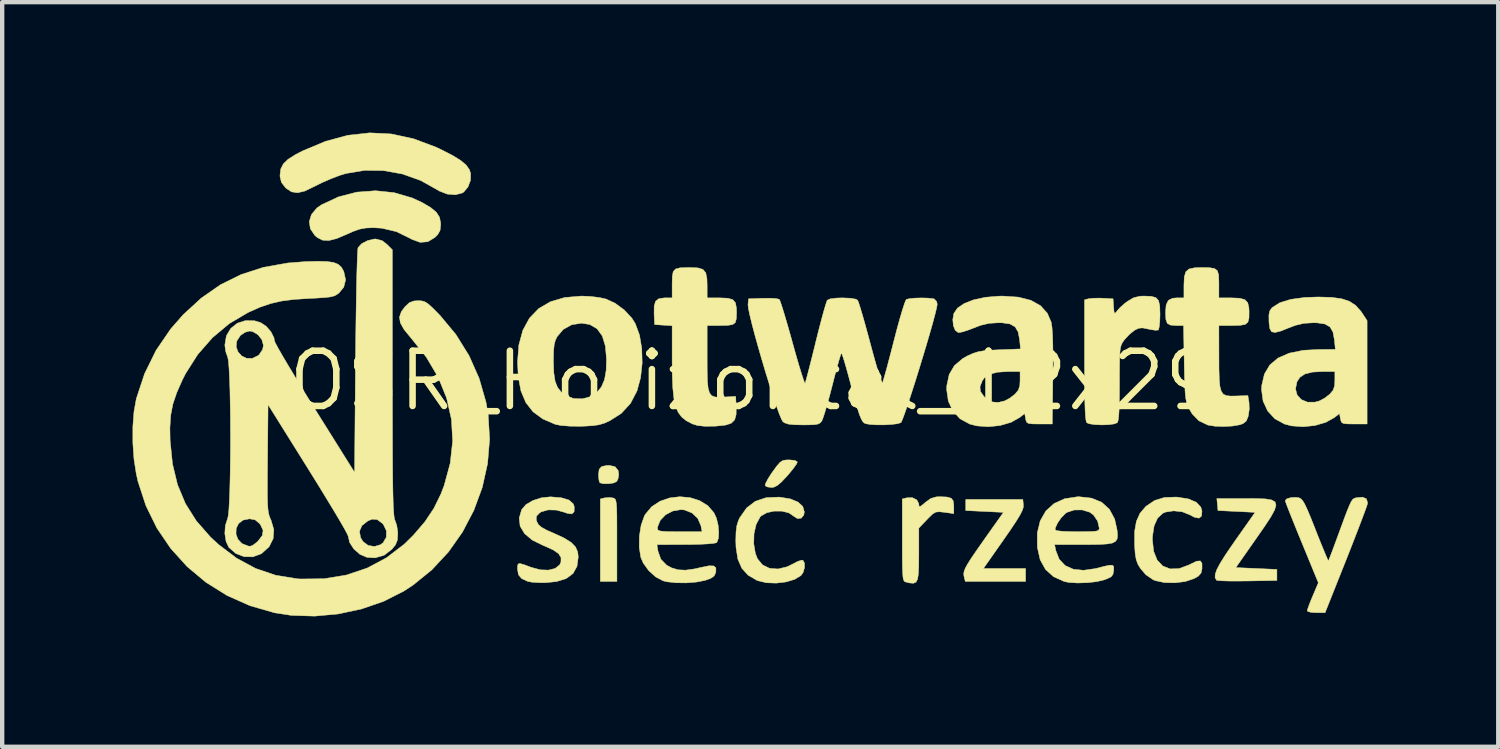
<source format=kicad_pcb>
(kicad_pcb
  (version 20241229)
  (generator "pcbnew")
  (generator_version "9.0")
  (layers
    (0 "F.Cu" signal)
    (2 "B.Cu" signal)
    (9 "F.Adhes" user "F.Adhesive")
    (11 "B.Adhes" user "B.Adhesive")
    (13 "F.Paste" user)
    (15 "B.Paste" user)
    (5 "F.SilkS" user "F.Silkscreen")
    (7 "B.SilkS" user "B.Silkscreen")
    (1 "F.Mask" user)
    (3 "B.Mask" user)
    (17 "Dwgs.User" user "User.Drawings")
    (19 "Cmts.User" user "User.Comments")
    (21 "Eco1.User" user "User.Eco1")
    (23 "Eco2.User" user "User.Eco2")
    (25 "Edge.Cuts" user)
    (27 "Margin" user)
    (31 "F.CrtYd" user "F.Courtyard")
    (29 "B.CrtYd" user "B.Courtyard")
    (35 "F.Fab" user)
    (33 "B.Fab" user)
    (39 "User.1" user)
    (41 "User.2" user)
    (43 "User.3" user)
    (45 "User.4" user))
  (footprint "OSR_Horizontal_12x29"
    (layer "F.Cu")
    (at 14.269 5.705)
    (property "Reference" "OSR_Horizontal_12x29" (at 0 0 0) (layer "F.SilkS") (effects (font (size 1.27 1.27) (thickness 0.15))))
    (attr through_hole)
    (fp_poly (pts (xy -3.227 2.695) (xy -3.196 2.704) (xy -3.173 2.723) (xy -3.157 2.761) (xy -3.145 2.829) (xy -3.138 2.938) (xy -3.134 3.098) (xy -3.133 3.319) (xy -3.133 3.613) (xy -3.133 3.667) (xy -3.133 4.614) (xy -3.514 4.614) (xy -3.514 2.719) (xy -3.417 2.694) (xy -3.296 2.685) (xy -3.227 2.695)) (stroke (width 0.01) (type solid)) (fill yes) (layer "F.SilkS"))
    (fp_poly (pts (xy -3.175 1.977) (xy -3.104 2.065) (xy -3.09 2.159) (xy -3.109 2.262) (xy -3.141 2.32) (xy -3.213 2.352) (xy -3.326 2.369) (xy -3.442 2.368) (xy -3.521 2.348) (xy -3.528 2.342) (xy -3.546 2.285) (xy -3.556 2.18) (xy -3.556 2.156) (xy -3.541 2.037) (xy -3.483 1.973) (xy -3.367 1.949) (xy -3.307 1.947) (xy -3.175 1.977)) (stroke (width 0.01) (type solid)) (fill yes) (layer "F.SilkS"))
    (fp_poly (pts (xy 0.96 1.832) (xy 1.014 1.865) (xy 1.016 1.873) (xy 0.989 1.927) (xy 0.918 2.025) (xy 0.817 2.149) (xy 0.78 2.191) (xy 0.649 2.33) (xy 0.551 2.412) (xy 0.471 2.45) (xy 0.422 2.455) (xy 0.326 2.442) (xy 0.275 2.413) (xy 0.286 2.362) (xy 0.338 2.262) (xy 0.42 2.132) (xy 0.446 2.096) (xy 0.546 1.959) (xy 0.618 1.877) (xy 0.681 1.836) (xy 0.756 1.822) (xy 0.829 1.82) (xy 0.96 1.832)) (stroke (width 0.01) (type solid)) (fill yes) (layer "F.SilkS"))
    (fp_poly (pts (xy 6.214 2.859) (xy 6.211 2.917) (xy 6.185 2.992) (xy 6.132 3.095) (xy 6.046 3.235) (xy 5.92 3.424) (xy 5.761 3.653) (xy 5.295 4.318) (xy 6.265 4.318) (xy 6.265 4.614) (xy 4.878 4.614) (xy 4.851 4.508) (xy 4.842 4.453) (xy 4.848 4.395) (xy 4.874 4.322) (xy 4.925 4.225) (xy 5.008 4.093) (xy 5.128 3.916) (xy 5.29 3.685) (xy 5.351 3.598) (xy 5.756 3.027) (xy 5.323 3.006) (xy 4.889 2.985) (xy 4.889 2.731) (xy 6.202 2.731) (xy 6.214 2.859)) (stroke (width 0.01) (type solid)) (fill yes) (layer "F.SilkS"))
    (fp_poly (pts (xy 11.584 2.71) (xy 11.783 2.718) (xy 11.921 2.741) (xy 12.001 2.786) (xy 12.023 2.862) (xy 11.99 2.975) (xy 11.903 3.133) (xy 11.764 3.345) (xy 11.575 3.617) (xy 11.541 3.666) (xy 11.099 4.297) (xy 11.572 4.318) (xy 12.044 4.339) (xy 12.044 4.593) (xy 11.364 4.605) (xy 11.132 4.607) (xy 10.93 4.606) (xy 10.774 4.601) (xy 10.678 4.593) (xy 10.655 4.587) (xy 10.623 4.531) (xy 10.625 4.451) (xy 10.664 4.34) (xy 10.744 4.19) (xy 10.869 3.991) (xy 11.043 3.737) (xy 11.084 3.678) (xy 11.543 3.027) (xy 11.116 3.006) (xy 10.689 2.985) (xy 10.676 2.847) (xy 10.663 2.709) (xy 11.323 2.709) (xy 11.584 2.71)) (stroke (width 0.01) (type solid)) (fill yes) (layer "F.SilkS"))
    (fp_poly (pts (xy -8.256 -4.325) (xy -7.842 -4.204) (xy -7.613 -4.099) (xy -7.414 -3.981) (xy -7.284 -3.873) (xy -7.212 -3.759) (xy -7.186 -3.626) (xy -7.185 -3.592) (xy -7.199 -3.458) (xy -7.254 -3.359) (xy -7.319 -3.294) (xy -7.482 -3.196) (xy -7.658 -3.182) (xy -7.847 -3.251) (xy -7.874 -3.267) (xy -8.202 -3.428) (xy -8.54 -3.508) (xy -8.735 -3.519) (xy -8.906 -3.512) (xy -9.049 -3.486) (xy -9.201 -3.432) (xy -9.345 -3.368) (xy -9.577 -3.269) (xy -9.757 -3.224) (xy -9.9 -3.232) (xy -10.021 -3.291) (xy -10.079 -3.341) (xy -10.182 -3.494) (xy -10.207 -3.659) (xy -10.157 -3.822) (xy -10.034 -3.97) (xy -9.928 -4.045) (xy -9.533 -4.229) (xy -9.115 -4.337) (xy -8.684 -4.369) (xy -8.256 -4.325)) (stroke (width 0.01) (type solid)) (fill yes) (layer "F.SilkS"))
    (fp_poly (pts (xy 4.458 2.674) (xy 4.555 2.702) (xy 4.601 2.763) (xy 4.614 2.868) (xy 4.614 2.887) (xy 4.614 3.056) (xy 4.4 3.026) (xy 4.281 3.013) (xy 4.201 3.021) (xy 4.13 3.062) (xy 4.04 3.148) (xy 3.997 3.193) (xy 3.81 3.388) (xy 3.81 3.997) (xy 3.808 4.256) (xy 3.8 4.441) (xy 3.781 4.563) (xy 3.745 4.632) (xy 3.687 4.657) (xy 3.602 4.651) (xy 3.503 4.627) (xy 3.479 4.615) (xy 3.461 4.585) (xy 3.447 4.528) (xy 3.439 4.432) (xy 3.433 4.287) (xy 3.43 4.083) (xy 3.429 3.81) (xy 3.429 3.663) (xy 3.429 2.719) (xy 3.536 2.692) (xy 3.662 2.689) (xy 3.762 2.739) (xy 3.809 2.826) (xy 3.81 2.842) (xy 3.816 2.89) (xy 3.844 2.891) (xy 3.91 2.842) (xy 3.96 2.798) (xy 4.084 2.708) (xy 4.21 2.671) (xy 4.295 2.667) (xy 4.458 2.674)) (stroke (width 0.01) (type solid)) (fill yes) (layer "F.SilkS"))
    (fp_poly (pts (xy -8.315 -5.674) (xy -7.811 -5.565) (xy -7.3 -5.374) (xy -7.17 -5.313) (xy -6.913 -5.181) (xy -6.726 -5.066) (xy -6.601 -4.961) (xy -6.526 -4.857) (xy -6.496 -4.765) (xy -6.5 -4.608) (xy -6.558 -4.455) (xy -6.654 -4.34) (xy -6.686 -4.319) (xy -6.848 -4.276) (xy -7.035 -4.292) (xy -7.218 -4.363) (xy -7.255 -4.386) (xy -7.645 -4.604) (xy -8.064 -4.754) (xy -8.499 -4.832) (xy -8.935 -4.837) (xy -9.357 -4.767) (xy -9.501 -4.724) (xy -9.703 -4.647) (xy -9.915 -4.555) (xy -10.092 -4.467) (xy -10.098 -4.464) (xy -10.309 -4.362) (xy -10.477 -4.322) (xy -10.616 -4.344) (xy -10.74 -4.426) (xy -10.756 -4.442) (xy -10.847 -4.56) (xy -10.879 -4.692) (xy -10.88 -4.732) (xy -10.863 -4.869) (xy -10.805 -4.985) (xy -10.695 -5.092) (xy -10.521 -5.202) (xy -10.362 -5.284) (xy -9.835 -5.505) (xy -9.321 -5.644) (xy -8.816 -5.7) (xy -8.315 -5.674)) (stroke (width 0.01) (type solid)) (fill yes) (layer "F.SilkS"))
    (fp_poly (pts (xy 0.615 2.678) (xy 0.854 2.717) (xy 1.031 2.79) (xy 1.141 2.891) (xy 1.177 3.016) (xy 1.164 3.09) (xy 1.107 3.159) (xy 1.019 3.17) (xy 0.937 3.118) (xy 0.822 3.039) (xy 0.661 2.999) (xy 0.482 2.998) (xy 0.313 3.035) (xy 0.183 3.109) (xy 0.159 3.135) (xy 0.069 3.303) (xy 0.02 3.517) (xy 0.014 3.75) (xy 0.051 3.971) (xy 0.1 4.095) (xy 0.216 4.235) (xy 0.378 4.314) (xy 0.571 4.329) (xy 0.782 4.278) (xy 0.908 4.216) (xy 1.024 4.156) (xy 1.113 4.127) (xy 1.144 4.128) (xy 1.181 4.195) (xy 1.181 4.3) (xy 1.148 4.411) (xy 1.1 4.479) (xy 0.954 4.568) (xy 0.756 4.627) (xy 0.531 4.654) (xy 0.306 4.646) (xy 0.11 4.599) (xy 0.086 4.59) (xy -0.117 4.471) (xy -0.261 4.312) (xy -0.352 4.102) (xy -0.394 3.833) (xy -0.399 3.683) (xy -0.394 3.479) (xy -0.375 3.332) (xy -0.338 3.214) (xy -0.307 3.149) (xy -0.149 2.924) (xy 0.052 2.771) (xy 0.299 2.689) (xy 0.594 2.676) (xy 0.615 2.678)) (stroke (width 0.01) (type solid)) (fill yes) (layer "F.SilkS"))
    (fp_poly (pts (xy 9.762 2.678) (xy 10.014 2.719) (xy 10.192 2.796) (xy 10.295 2.907) (xy 10.321 2.997) (xy 10.311 3.113) (xy 10.252 3.16) (xy 10.144 3.138) (xy 10.049 3.087) (xy 9.871 3.015) (xy 9.671 2.992) (xy 9.485 3.02) (xy 9.421 3.047) (xy 9.3 3.159) (xy 9.22 3.338) (xy 9.183 3.578) (xy 9.181 3.66) (xy 9.21 3.923) (xy 9.291 4.125) (xy 9.42 4.261) (xy 9.589 4.327) (xy 9.791 4.321) (xy 10.021 4.236) (xy 10.058 4.217) (xy 10.198 4.15) (xy 10.282 4.143) (xy 10.321 4.198) (xy 10.322 4.32) (xy 10.322 4.323) (xy 10.299 4.423) (xy 10.238 4.493) (xy 10.139 4.55) (xy 9.938 4.617) (xy 9.701 4.647) (xy 9.462 4.642) (xy 9.253 4.598) (xy 9.2 4.577) (xy 9.03 4.461) (xy 8.906 4.317) (xy 8.846 4.217) (xy 8.809 4.115) (xy 8.786 3.986) (xy 8.773 3.803) (xy 8.771 3.762) (xy 8.772 3.466) (xy 8.813 3.233) (xy 8.896 3.048) (xy 9.026 2.895) (xy 9.037 2.885) (xy 9.233 2.753) (xy 9.456 2.685) (xy 9.725 2.675) (xy 9.762 2.678)) (stroke (width 0.01) (type solid)) (fill yes) (layer "F.SilkS"))
    (fp_poly (pts (xy 14.103 2.716) (xy 14.129 2.803) (xy 14.126 2.831) (xy 14.105 2.898) (xy 14.056 3.032) (xy 13.984 3.224) (xy 13.893 3.462) (xy 13.787 3.735) (xy 13.67 4.033) (xy 13.628 4.139) (xy 13.152 5.334) (xy 12.947 5.334) (xy 12.826 5.326) (xy 12.753 5.304) (xy 12.742 5.289) (xy 12.758 5.231) (xy 12.799 5.118) (xy 12.858 4.973) (xy 12.87 4.945) (xy 12.997 4.646) (xy 12.616 3.72) (xy 12.508 3.457) (xy 12.413 3.221) (xy 12.333 3.021) (xy 12.274 2.87) (xy 12.241 2.778) (xy 12.234 2.756) (xy 12.271 2.716) (xy 12.361 2.689) (xy 12.473 2.681) (xy 12.55 2.691) (xy 12.591 2.71) (xy 12.633 2.753) (xy 12.68 2.829) (xy 12.738 2.951) (xy 12.813 3.128) (xy 12.91 3.371) (xy 12.935 3.436) (xy 13.025 3.663) (xy 13.105 3.859) (xy 13.168 4.012) (xy 13.211 4.11) (xy 13.229 4.141) (xy 13.247 4.098) (xy 13.288 3.992) (xy 13.346 3.839) (xy 13.411 3.662) (xy 13.52 3.365) (xy 13.604 3.137) (xy 13.668 2.97) (xy 13.717 2.853) (xy 13.754 2.777) (xy 13.785 2.732) (xy 13.814 2.709) (xy 13.845 2.697) (xy 13.869 2.691) (xy 14.013 2.677) (xy 14.103 2.716)) (stroke (width 0.01) (type solid)) (fill yes) (layer "F.SilkS"))
    (fp_poly (pts (xy -4.658 2.67) (xy -4.408 2.691) (xy -4.233 2.745) (xy -4.135 2.833) (xy -4.114 2.898) (xy -4.117 3.013) (xy -4.168 3.063) (xy -4.272 3.05) (xy -4.33 3.028) (xy -4.526 2.974) (xy -4.716 2.97) (xy -4.873 3.015) (xy -4.916 3.044) (xy -4.983 3.115) (xy -4.988 3.191) (xy -4.973 3.243) (xy -4.936 3.311) (xy -4.866 3.371) (xy -4.748 3.436) (xy -4.593 3.504) (xy -4.355 3.613) (xy -4.189 3.715) (xy -4.086 3.82) (xy -4.034 3.938) (xy -4.022 4.053) (xy -4.051 4.269) (xy -4.142 4.433) (xy -4.298 4.549) (xy -4.521 4.618) (xy -4.763 4.643) (xy -4.932 4.643) (xy -5.083 4.633) (xy -5.178 4.616) (xy -5.322 4.551) (xy -5.397 4.462) (xy -5.419 4.33) (xy -5.419 4.329) (xy -5.417 4.251) (xy -5.401 4.211) (xy -5.355 4.205) (xy -5.263 4.232) (xy -5.107 4.29) (xy -5.101 4.292) (xy -4.894 4.348) (xy -4.706 4.355) (xy -4.552 4.316) (xy -4.45 4.235) (xy -4.42 4.17) (xy -4.418 4.067) (xy -4.473 3.977) (xy -4.595 3.892) (xy -4.79 3.803) (xy -4.829 3.788) (xy -5.079 3.664) (xy -5.257 3.515) (xy -5.358 3.345) (xy -5.38 3.159) (xy -5.323 2.963) (xy -5.225 2.849) (xy -5.066 2.755) (xy -4.87 2.692) (xy -4.661 2.67) (xy -4.658 2.67)) (stroke (width 0.01) (type solid)) (fill yes) (layer "F.SilkS"))
    (fp_poly (pts (xy -1.272 -2.595) (xy -1.155 -2.56) (xy -1.09 -2.483) (xy -1.063 -2.349) (xy -1.058 -2.196) (xy -1.058 -1.905) (xy -0.763 -1.905) (xy -0.581 -1.897) (xy -0.468 -1.864) (xy -0.407 -1.793) (xy -0.384 -1.669) (xy -0.381 -1.573) (xy -0.386 -1.427) (xy -0.411 -1.337) (xy -0.473 -1.291) (xy -0.588 -1.273) (xy -0.745 -1.27) (xy -1.058 -1.27) (xy -1.058 -0.515) (xy -1.057 -0.215) (xy -1.051 0.011) (xy -1.035 0.172) (xy -1.004 0.279) (xy -0.954 0.343) (xy -0.88 0.373) (xy -0.777 0.38) (xy -0.649 0.374) (xy -0.402 0.36) (xy -0.39 0.596) (xy -0.391 0.776) (xy -0.425 0.9) (xy -0.505 0.978) (xy -0.642 1.022) (xy -0.848 1.043) (xy -0.893 1.045) (xy -1.117 1.047) (xy -1.278 1.03) (xy -1.397 0.993) (xy -1.534 0.922) (xy -1.641 0.837) (xy -1.723 0.729) (xy -1.783 0.588) (xy -1.823 0.402) (xy -1.848 0.162) (xy -1.86 -0.143) (xy -1.863 -0.471) (xy -1.863 -1.265) (xy -2.064 -1.278) (xy -2.265 -1.291) (xy -2.278 -1.538) (xy -2.276 -1.718) (xy -2.243 -1.829) (xy -2.168 -1.887) (xy -2.043 -1.905) (xy -2.027 -1.905) (xy -1.863 -1.905) (xy -1.863 -2.224) (xy -1.859 -2.398) (xy -1.839 -2.508) (xy -1.785 -2.569) (xy -1.682 -2.596) (xy -1.515 -2.602) (xy -1.456 -2.603) (xy -1.272 -2.595)) (stroke (width 0.01) (type solid)) (fill yes) (layer "F.SilkS"))
    (fp_poly (pts (xy 9.153 -1.941) (xy 9.262 -1.911) (xy 9.323 -1.843) (xy 9.35 -1.721) (xy 9.356 -1.531) (xy 9.356 -1.525) (xy 9.351 -1.365) (xy 9.338 -1.239) (xy 9.32 -1.171) (xy 9.316 -1.166) (xy 9.253 -1.16) (xy 9.143 -1.176) (xy 9.084 -1.189) (xy 8.955 -1.215) (xy 8.865 -1.207) (xy 8.775 -1.163) (xy 8.764 -1.156) (xy 8.653 -1.067) (xy 8.545 -0.951) (xy 8.53 -0.932) (xy 8.494 -0.881) (xy 8.468 -0.83) (xy 8.449 -0.768) (xy 8.436 -0.68) (xy 8.429 -0.555) (xy 8.426 -0.379) (xy 8.424 -0.14) (xy 8.424 0.063) (xy 8.422 0.389) (xy 8.417 0.636) (xy 8.407 0.811) (xy 8.392 0.919) (xy 8.374 0.965) (xy 8.303 0.993) (xy 8.17 1.011) (xy 8.022 1.016) (xy 7.851 1.009) (xy 7.726 0.989) (xy 7.671 0.965) (xy 7.656 0.925) (xy 7.644 0.835) (xy 7.634 0.687) (xy 7.627 0.478) (xy 7.623 0.2) (xy 7.621 -0.152) (xy 7.62 -0.473) (xy 7.62 -1.861) (xy 7.718 -1.886) (xy 7.815 -1.897) (xy 7.958 -1.9) (xy 8.046 -1.897) (xy 8.276 -1.884) (xy 8.289 -1.698) (xy 8.299 -1.586) (xy 8.314 -1.548) (xy 8.343 -1.571) (xy 8.368 -1.606) (xy 8.442 -1.687) (xy 8.552 -1.784) (xy 8.605 -1.823) (xy 8.75 -1.909) (xy 8.897 -1.944) (xy 8.984 -1.947) (xy 9.153 -1.941)) (stroke (width 0.01) (type solid)) (fill yes) (layer "F.SilkS"))
    (fp_poly (pts (xy -3.741 -1.938) (xy -3.542 -1.914) (xy -3.39 -1.881) (xy -3.174 -1.782) (xy -2.964 -1.627) (xy -2.789 -1.439) (xy -2.71 -1.313) (xy -2.613 -1.05) (xy -2.561 -0.738) (xy -2.552 -0.404) (xy -2.588 -0.072) (xy -2.67 0.232) (xy -2.671 0.234) (xy -2.82 0.521) (xy -3.032 0.751) (xy -3.295 0.919) (xy -3.422 0.976) (xy -3.543 1.012) (xy -3.682 1.033) (xy -3.869 1.044) (xy -3.958 1.047) (xy -4.213 1.045) (xy -4.42 1.029) (xy -4.551 1.002) (xy -4.837 0.879) (xy -5.061 0.715) (xy -5.227 0.503) (xy -5.339 0.237) (xy -5.401 -0.09) (xy -5.418 -0.426) (xy -5.417 -0.445) (xy -4.593 -0.445) (xy -4.584 -0.182) (xy -4.554 0.013) (xy -4.496 0.158) (xy -4.405 0.269) (xy -4.305 0.343) (xy -4.128 0.409) (xy -3.928 0.416) (xy -3.736 0.365) (xy -3.598 0.275) (xy -3.488 0.14) (xy -3.417 -0.027) (xy -3.38 -0.241) (xy -3.372 -0.492) (xy -3.398 -0.797) (xy -3.47 -1.031) (xy -3.59 -1.196) (xy -3.758 -1.293) (xy -3.947 -1.323) (xy -4.175 -1.287) (xy -4.368 -1.179) (xy -4.507 -1.015) (xy -4.549 -0.928) (xy -4.575 -0.828) (xy -4.588 -0.691) (xy -4.593 -0.496) (xy -4.593 -0.445) (xy -5.417 -0.445) (xy -5.388 -0.822) (xy -5.296 -1.16) (xy -5.144 -1.439) (xy -4.932 -1.659) (xy -4.662 -1.817) (xy -4.334 -1.914) (xy -3.95 -1.947) (xy -3.937 -1.947) (xy -3.741 -1.938)) (stroke (width 0.01) (type solid)) (fill yes) (layer "F.SilkS"))
    (fp_poly (pts (xy -1.451 2.688) (xy -1.231 2.757) (xy -1.043 2.873) (xy -0.902 3.035) (xy -0.844 3.161) (xy -0.805 3.323) (xy -0.791 3.486) (xy -0.799 3.624) (xy -0.832 3.713) (xy -0.847 3.726) (xy -0.91 3.74) (xy -1.041 3.752) (xy -1.224 3.761) (xy -1.442 3.766) (xy -1.561 3.767) (xy -2.212 3.768) (xy -2.188 3.921) (xy -2.122 4.105) (xy -1.99 4.241) (xy -1.875 4.303) (xy -1.723 4.348) (xy -1.553 4.356) (xy -1.342 4.326) (xy -1.195 4.292) (xy -1.017 4.256) (xy -0.907 4.259) (xy -0.857 4.302) (xy -0.857 4.391) (xy -0.863 4.419) (xy -0.899 4.491) (xy -0.976 4.545) (xy -1.109 4.592) (xy -1.304 4.63) (xy -1.538 4.649) (xy -1.776 4.646) (xy -1.985 4.623) (xy -2.072 4.601) (xy -2.242 4.511) (xy -2.403 4.365) (xy -2.529 4.19) (xy -2.585 4.056) (xy -2.62 3.825) (xy -2.616 3.569) (xy -2.588 3.397) (xy -2.2 3.397) (xy -2.193 3.429) (xy -2.161 3.45) (xy -2.091 3.462) (xy -1.969 3.469) (xy -1.781 3.471) (xy -1.688 3.471) (xy -1.175 3.471) (xy -1.201 3.334) (xy -1.273 3.167) (xy -1.405 3.041) (xy -1.577 2.972) (xy -1.662 2.964) (xy -1.849 2.996) (xy -2.013 3.082) (xy -2.135 3.208) (xy -2.196 3.357) (xy -2.2 3.397) (xy -2.588 3.397) (xy -2.576 3.321) (xy -2.503 3.114) (xy -2.484 3.078) (xy -2.336 2.899) (xy -2.144 2.772) (xy -1.922 2.695) (xy -1.686 2.667) (xy -1.451 2.688)) (stroke (width 0.01) (type solid)) (fill yes) (layer "F.SilkS"))
    (fp_poly (pts (xy 10.491 -2.6) (xy 10.61 -2.58) (xy 10.675 -2.53) (xy 10.704 -2.433) (xy 10.71 -2.275) (xy 10.71 -2.224) (xy 10.71 -1.905) (xy 11.001 -1.905) (xy 11.189 -1.897) (xy 11.308 -1.864) (xy 11.373 -1.795) (xy 11.4 -1.679) (xy 11.404 -1.596) (xy 11.402 -1.442) (xy 11.377 -1.346) (xy 11.314 -1.294) (xy 11.197 -1.274) (xy 11.029 -1.27) (xy 10.71 -1.27) (xy 10.711 -0.561) (xy 10.712 -0.259) (xy 10.719 -0.031) (xy 10.734 0.132) (xy 10.764 0.242) (xy 10.811 0.309) (xy 10.881 0.342) (xy 10.978 0.353) (xy 11.099 0.351) (xy 11.377 0.342) (xy 11.403 0.501) (xy 11.408 0.656) (xy 11.386 0.811) (xy 11.385 0.815) (xy 11.34 0.926) (xy 11.264 0.987) (xy 11.185 1.014) (xy 11.021 1.042) (xy 10.821 1.053) (xy 10.622 1.046) (xy 10.464 1.021) (xy 10.453 1.018) (xy 10.248 0.92) (xy 10.093 0.759) (xy 10.025 0.642) (xy 9.992 0.569) (xy 9.966 0.494) (xy 9.948 0.403) (xy 9.935 0.284) (xy 9.926 0.122) (xy 9.919 -0.096) (xy 9.913 -0.384) (xy 9.913 -0.413) (xy 9.897 -1.27) (xy 9.716 -1.27) (xy 9.594 -1.28) (xy 9.523 -1.32) (xy 9.491 -1.409) (xy 9.483 -1.564) (xy 9.483 -1.573) (xy 9.497 -1.744) (xy 9.548 -1.848) (xy 9.644 -1.897) (xy 9.738 -1.905) (xy 9.906 -1.905) (xy 9.906 -2.196) (xy 9.914 -2.384) (xy 9.948 -2.504) (xy 10.024 -2.57) (xy 10.155 -2.598) (xy 10.303 -2.603) (xy 10.491 -2.6)) (stroke (width 0.01) (type solid)) (fill yes) (layer "F.SilkS"))
    (fp_poly (pts (xy 7.783 2.7) (xy 8.016 2.796) (xy 8.192 2.956) (xy 8.312 3.178) (xy 8.369 3.433) (xy 8.379 3.548) (xy 8.372 3.633) (xy 8.335 3.693) (xy 8.261 3.732) (xy 8.136 3.754) (xy 7.952 3.765) (xy 7.698 3.768) (xy 7.585 3.768) (xy 6.932 3.768) (xy 6.959 3.903) (xy 7.037 4.104) (xy 7.173 4.249) (xy 7.363 4.335) (xy 7.599 4.359) (xy 7.875 4.319) (xy 7.895 4.314) (xy 8.081 4.266) (xy 8.199 4.242) (xy 8.264 4.243) (xy 8.291 4.273) (xy 8.293 4.332) (xy 8.29 4.366) (xy 8.274 4.453) (xy 8.232 4.508) (xy 8.142 4.553) (xy 8.065 4.581) (xy 7.894 4.621) (xy 7.682 4.644) (xy 7.461 4.651) (xy 7.264 4.639) (xy 7.154 4.617) (xy 6.907 4.506) (xy 6.723 4.34) (xy 6.6 4.117) (xy 6.536 3.834) (xy 6.535 3.822) (xy 6.534 3.5) (xy 6.552 3.427) (xy 6.943 3.427) (xy 6.984 3.448) (xy 7.105 3.462) (xy 7.301 3.47) (xy 7.451 3.471) (xy 7.665 3.47) (xy 7.809 3.466) (xy 7.896 3.457) (xy 7.941 3.439) (xy 7.957 3.411) (xy 7.959 3.389) (xy 7.922 3.228) (xy 7.827 3.088) (xy 7.741 3.024) (xy 7.567 2.971) (xy 7.382 2.972) (xy 7.219 3.026) (xy 7.18 3.052) (xy 7.084 3.15) (xy 7 3.272) (xy 6.949 3.385) (xy 6.943 3.427) (xy 6.552 3.427) (xy 6.601 3.223) (xy 6.73 2.996) (xy 6.918 2.825) (xy 7.161 2.714) (xy 7.454 2.669) (xy 7.497 2.668) (xy 7.783 2.7)) (stroke (width 0.01) (type solid)) (fill yes) (layer "F.SilkS"))
    (fp_poly (pts (xy 13.299 -1.917) (xy 13.533 -1.885) (xy 13.714 -1.825) (xy 13.856 -1.731) (xy 13.973 -1.6) (xy 13.999 -1.563) (xy 14.118 -1.382) (xy 14.118 0.995) (xy 13.822 0.995) (xy 13.667 0.993) (xy 13.577 0.984) (xy 13.532 0.959) (xy 13.512 0.911) (xy 13.505 0.874) (xy 13.483 0.754) (xy 13.37 0.844) (xy 13.168 0.957) (xy 12.917 1.03) (xy 12.645 1.058) (xy 12.379 1.038) (xy 12.219 0.996) (xy 11.998 0.876) (xy 11.832 0.697) (xy 11.727 0.471) (xy 11.691 0.211) (xy 11.692 0.189) (xy 12.472 0.189) (xy 12.51 0.329) (xy 12.606 0.434) (xy 12.746 0.492) (xy 12.918 0.493) (xy 13.025 0.463) (xy 13.139 0.402) (xy 13.254 0.314) (xy 13.261 0.307) (xy 13.337 0.217) (xy 13.371 0.114) (xy 13.377 -0.008) (xy 13.377 -0.212) (xy 13.108 -0.212) (xy 12.865 -0.199) (xy 12.69 -0.156) (xy 12.573 -0.08) (xy 12.505 0.025) (xy 12.472 0.189) (xy 11.692 0.189) (xy 11.696 0.105) (xy 11.757 -0.154) (xy 11.881 -0.363) (xy 12.07 -0.522) (xy 12.326 -0.634) (xy 12.651 -0.7) (xy 13.012 -0.719) (xy 13.388 -0.72) (xy 13.367 -0.935) (xy 13.334 -1.117) (xy 13.266 -1.236) (xy 13.149 -1.304) (xy 12.971 -1.331) (xy 12.878 -1.333) (xy 12.664 -1.32) (xy 12.47 -1.274) (xy 12.31 -1.213) (xy 12.124 -1.139) (xy 11.999 -1.109) (xy 11.922 -1.127) (xy 11.882 -1.197) (xy 11.864 -1.324) (xy 11.862 -1.362) (xy 11.86 -1.511) (xy 11.879 -1.604) (xy 11.924 -1.671) (xy 11.939 -1.685) (xy 12.112 -1.794) (xy 12.361 -1.871) (xy 12.683 -1.915) (xy 12.996 -1.926) (xy 13.299 -1.917)) (stroke (width 0.01) (type solid)) (fill yes) (layer "F.SilkS"))
    (fp_poly (pts (xy 6.096 -1.923) (xy 6.385 -1.85) (xy 6.608 -1.726) (xy 6.765 -1.552) (xy 6.853 -1.348) (xy 6.871 -1.238) (xy 6.884 -1.058) (xy 6.892 -0.805) (xy 6.894 -0.475) (xy 6.891 -0.085) (xy 6.879 0.995) (xy 6.583 0.995) (xy 6.428 0.993) (xy 6.338 0.984) (xy 6.293 0.959) (xy 6.273 0.911) (xy 6.266 0.874) (xy 6.244 0.754) (xy 6.131 0.844) (xy 5.929 0.957) (xy 5.678 1.03) (xy 5.406 1.058) (xy 5.14 1.038) (xy 4.98 0.996) (xy 4.759 0.876) (xy 4.593 0.696) (xy 4.488 0.469) (xy 4.45 0.205) (xy 4.452 0.139) (xy 5.216 0.139) (xy 5.226 0.246) (xy 5.304 0.357) (xy 5.331 0.384) (xy 5.467 0.481) (xy 5.619 0.504) (xy 5.786 0.463) (xy 5.9 0.402) (xy 6.015 0.314) (xy 6.022 0.307) (xy 6.098 0.217) (xy 6.132 0.114) (xy 6.138 -0.008) (xy 6.138 -0.212) (xy 5.869 -0.212) (xy 5.617 -0.196) (xy 5.435 -0.148) (xy 5.314 -0.063) (xy 5.269 0.002) (xy 5.216 0.139) (xy 4.452 0.139) (xy 4.454 0.109) (xy 4.508 -0.144) (xy 4.628 -0.348) (xy 4.82 -0.511) (xy 4.936 -0.575) (xy 5.056 -0.629) (xy 5.169 -0.665) (xy 5.299 -0.688) (xy 5.47 -0.703) (xy 5.663 -0.712) (xy 6.148 -0.731) (xy 6.128 -0.94) (xy 6.094 -1.12) (xy 6.025 -1.238) (xy 5.907 -1.305) (xy 5.726 -1.332) (xy 5.639 -1.333) (xy 5.425 -1.32) (xy 5.231 -1.274) (xy 5.071 -1.213) (xy 4.922 -1.156) (xy 4.795 -1.118) (xy 4.717 -1.107) (xy 4.715 -1.108) (xy 4.647 -1.16) (xy 4.604 -1.267) (xy 4.591 -1.405) (xy 4.614 -1.545) (xy 4.614 -1.545) (xy 4.698 -1.67) (xy 4.855 -1.777) (xy 5.072 -1.861) (xy 5.341 -1.919) (xy 5.648 -1.945) (xy 5.739 -1.947) (xy 6.096 -1.923)) (stroke (width 0.01) (type solid)) (fill yes) (layer "F.SilkS"))
    (fp_poly (pts (xy -9.804 -2.742) (xy -9.65 -2.72) (xy -9.543 -2.677) (xy -9.469 -2.611) (xy -9.416 -2.517) (xy -9.412 -2.507) (xy -9.372 -2.32) (xy -9.414 -2.152) (xy -9.524 -2.018) (xy -9.58 -1.977) (xy -9.644 -1.947) (xy -9.732 -1.926) (xy -9.861 -1.912) (xy -10.047 -1.9) (xy -10.209 -1.892) (xy -10.554 -1.87) (xy -10.841 -1.833) (xy -11.095 -1.775) (xy -11.341 -1.691) (xy -11.604 -1.574) (xy -11.62 -1.566) (xy -12.048 -1.313) (xy -12.434 -0.99) (xy -12.771 -0.605) (xy -13.05 -0.167) (xy -13.123 -0.024) (xy -13.255 0.274) (xy -13.344 0.538) (xy -13.394 0.797) (xy -13.412 1.082) (xy -13.407 1.376) (xy -13.353 1.91) (xy -13.237 2.391) (xy -13.055 2.826) (xy -12.804 3.224) (xy -12.48 3.594) (xy -12.297 3.764) (xy -11.878 4.081) (xy -11.441 4.317) (xy -10.981 4.473) (xy -10.491 4.553) (xy -10.415 4.559) (xy -9.87 4.553) (xy -9.356 4.469) (xy -8.876 4.308) (xy -8.43 4.07) (xy -8.021 3.757) (xy -7.811 3.55) (xy -7.546 3.24) (xy -7.341 2.933) (xy -7.179 2.601) (xy -7.105 2.408) (xy -6.966 1.896) (xy -6.91 1.388) (xy -6.938 0.888) (xy -7.049 0.398) (xy -7.243 -0.081) (xy -7.518 -0.545) (xy -7.875 -0.993) (xy -7.876 -0.993) (xy -8.028 -1.179) (xy -8.113 -1.331) (xy -8.133 -1.464) (xy -8.089 -1.591) (xy -8.005 -1.702) (xy -7.906 -1.795) (xy -7.802 -1.834) (xy -7.704 -1.84) (xy -7.622 -1.836) (xy -7.553 -1.817) (xy -7.48 -1.772) (xy -7.387 -1.69) (xy -7.259 -1.562) (xy -7.199 -1.5) (xy -6.835 -1.063) (xy -6.533 -0.577) (xy -6.301 -0.055) (xy -6.144 0.49) (xy -6.093 0.783) (xy -6.06 1.346) (xy -6.107 1.906) (xy -6.229 2.454) (xy -6.423 2.981) (xy -6.683 3.478) (xy -7.006 3.937) (xy -7.388 4.348) (xy -7.823 4.701) (xy -8.035 4.839) (xy -8.497 5.073) (xy -9.004 5.248) (xy -9.539 5.363) (xy -10.083 5.413) (xy -10.618 5.396) (xy -11.007 5.336) (xy -11.572 5.173) (xy -12.099 4.938) (xy -12.582 4.637) (xy -13.016 4.274) (xy -13.394 3.856) (xy -13.712 3.387) (xy -13.964 2.873) (xy -14.145 2.32) (xy -14.185 2.143) (xy -14.238 1.802) (xy -14.264 1.431) (xy -14.264 1.058) (xy -14.238 0.711) (xy -14.185 0.416) (xy -14.184 0.412) (xy -13.994 -0.163) (xy -13.73 -0.699) (xy -13.392 -1.193) (xy -13.107 -1.518) (xy -12.691 -1.9) (xy -12.25 -2.207) (xy -11.777 -2.441) (xy -11.265 -2.607) (xy -10.705 -2.707) (xy -10.3 -2.739) (xy -10.016 -2.747) (xy -9.804 -2.742)) (stroke (width 0.01) (type solid)) (fill yes) (layer "F.SilkS"))
    (fp_poly (pts (xy 2.241 -1.897) (xy 2.363 -1.875) (xy 2.402 -1.852) (xy 2.425 -1.797) (xy 2.465 -1.673) (xy 2.519 -1.491) (xy 2.583 -1.265) (xy 2.654 -1.005) (xy 2.693 -0.859) (xy 2.765 -0.593) (xy 2.831 -0.359) (xy 2.888 -0.168) (xy 2.933 -0.03) (xy 2.962 0.043) (xy 2.97 0.051) (xy 2.989 0.003) (xy 3.024 -0.115) (xy 3.073 -0.291) (xy 3.132 -0.513) (xy 3.199 -0.769) (xy 3.234 -0.907) (xy 3.304 -1.176) (xy 3.37 -1.417) (xy 3.43 -1.619) (xy 3.478 -1.769) (xy 3.512 -1.854) (xy 3.523 -1.869) (xy 3.595 -1.888) (xy 3.722 -1.9) (xy 3.874 -1.904) (xy 4.021 -1.9) (xy 4.134 -1.888) (xy 4.166 -1.879) (xy 4.22 -1.821) (xy 4.233 -1.761) (xy 4.221 -1.685) (xy 4.187 -1.543) (xy 4.135 -1.347) (xy 4.068 -1.11) (xy 3.99 -0.843) (xy 3.904 -0.558) (xy 3.815 -0.266) (xy 3.726 0.02) (xy 3.64 0.288) (xy 3.562 0.528) (xy 3.494 0.726) (xy 3.441 0.871) (xy 3.406 0.952) (xy 3.398 0.963) (xy 3.323 0.988) (xy 3.189 1.005) (xy 3.023 1.015) (xy 2.849 1.015) (xy 2.694 1.006) (xy 2.593 0.989) (xy 2.555 0.973) (xy 2.521 0.94) (xy 2.486 0.879) (xy 2.446 0.783) (xy 2.4 0.64) (xy 2.342 0.443) (xy 2.27 0.181) (xy 2.197 -0.095) (xy 2.142 -0.295) (xy 2.093 -0.461) (xy 2.055 -0.579) (xy 2.033 -0.633) (xy 2.03 -0.635) (xy 2.013 -0.596) (xy 1.979 -0.488) (xy 1.933 -0.324) (xy 1.877 -0.116) (xy 1.823 0.095) (xy 1.76 0.339) (xy 1.699 0.559) (xy 1.645 0.74) (xy 1.603 0.867) (xy 1.581 0.921) (xy 1.545 0.967) (xy 1.495 0.995) (xy 1.412 1.01) (xy 1.276 1.015) (xy 1.147 1.016) (xy 0.949 1.012) (xy 0.817 0.999) (xy 0.731 0.972) (xy 0.684 0.942) (xy 0.65 0.882) (xy 0.597 0.753) (xy 0.53 0.566) (xy 0.453 0.334) (xy 0.368 0.07) (xy 0.28 -0.215) (xy 0.193 -0.509) (xy 0.11 -0.798) (xy 0.034 -1.071) (xy -0.03 -1.315) (xy -0.079 -1.518) (xy -0.11 -1.669) (xy -0.119 -1.754) (xy -0.118 -1.755) (xy -0.106 -1.884) (xy 0.229 -1.896) (xy 0.392 -1.897) (xy 0.522 -1.889) (xy 0.596 -1.874) (xy 0.603 -1.869) (xy 0.625 -1.819) (xy 0.665 -1.698) (xy 0.72 -1.52) (xy 0.786 -1.296) (xy 0.86 -1.037) (xy 0.907 -0.866) (xy 0.982 -0.598) (xy 1.051 -0.361) (xy 1.11 -0.168) (xy 1.156 -0.027) (xy 1.185 0.049) (xy 1.194 0.059) (xy 1.21 0.009) (xy 1.243 -0.112) (xy 1.289 -0.29) (xy 1.346 -0.513) (xy 1.41 -0.769) (xy 1.439 -0.889) (xy 1.506 -1.157) (xy 1.569 -1.398) (xy 1.624 -1.601) (xy 1.668 -1.751) (xy 1.698 -1.838) (xy 1.705 -1.852) (xy 1.774 -1.883) (xy 1.918 -1.901) (xy 2.053 -1.905) (xy 2.241 -1.897)) (stroke (width 0.01) (type solid)) (fill yes) (layer "F.SilkS"))
    (fp_poly (pts (xy -8.531 -3.221) (xy -8.421 -3.136) (xy -8.297 -3.012) (xy -8.296 0.05) (xy -8.295 0.646) (xy -8.294 1.163) (xy -8.293 1.607) (xy -8.291 1.982) (xy -8.288 2.296) (xy -8.284 2.553) (xy -8.279 2.758) (xy -8.273 2.918) (xy -8.265 3.038) (xy -8.257 3.124) (xy -8.247 3.181) (xy -8.235 3.215) (xy -8.234 3.217) (xy -8.196 3.325) (xy -8.174 3.469) (xy -8.172 3.525) (xy -8.182 3.668) (xy -8.226 3.775) (xy -8.308 3.876) (xy -8.487 4.014) (xy -8.695 4.073) (xy -8.881 4.061) (xy -9.042 3.992) (xy -9.181 3.871) (xy -9.279 3.72) (xy -9.313 3.571) (xy -9.335 3.521) (xy -9.367 3.462) (xy -9.053 3.462) (xy -9.028 3.606) (xy -8.972 3.698) (xy -8.854 3.787) (xy -8.709 3.812) (xy -8.568 3.77) (xy -8.509 3.725) (xy -8.436 3.599) (xy -8.433 3.452) (xy -8.499 3.312) (xy -8.528 3.279) (xy -8.644 3.193) (xy -8.758 3.183) (xy -8.861 3.224) (xy -8.997 3.332) (xy -9.053 3.462) (xy -9.367 3.462) (xy -9.397 3.406) (xy -9.495 3.236) (xy -9.624 3.018) (xy -9.78 2.761) (xy -9.956 2.472) (xy -10.15 2.159) (xy -10.234 2.024) (xy -11.155 0.55) (xy -11.166 1.784) (xy -11.169 2.141) (xy -11.17 2.424) (xy -11.17 2.643) (xy -11.166 2.809) (xy -11.159 2.932) (xy -11.148 3.023) (xy -11.132 3.093) (xy -11.112 3.151) (xy -11.087 3.205) (xy -11.022 3.425) (xy -11.038 3.633) (xy -11.132 3.819) (xy -11.3 3.971) (xy -11.316 3.981) (xy -11.505 4.05) (xy -11.705 4.046) (xy -11.896 3.973) (xy -12.054 3.836) (xy -12.058 3.831) (xy -12.121 3.695) (xy -12.147 3.525) (xy -11.892 3.525) (xy -11.848 3.646) (xy -11.756 3.744) (xy -11.616 3.8) (xy -11.564 3.807) (xy -11.501 3.781) (xy -11.412 3.713) (xy -11.384 3.686) (xy -11.287 3.559) (xy -11.269 3.441) (xy -11.328 3.314) (xy -11.348 3.287) (xy -11.452 3.199) (xy -11.581 3.175) (xy -11.733 3.206) (xy -11.835 3.287) (xy -11.888 3.399) (xy -11.892 3.525) (xy -12.147 3.525) (xy -12.149 3.518) (xy -12.138 3.334) (xy -12.089 3.181) (xy -12.086 3.175) (xy -12.07 3.104) (xy -12.055 2.959) (xy -12.044 2.751) (xy -12.034 2.493) (xy -12.027 2.194) (xy -12.022 1.867) (xy -12.019 1.522) (xy -12.019 1.17) (xy -12.021 0.823) (xy -12.026 0.491) (xy -12.032 0.186) (xy -12.042 -0.081) (xy -12.053 -0.299) (xy -12.067 -0.457) (xy -12.083 -0.543) (xy -12.086 -0.55) (xy -12.127 -0.664) (xy -12.144 -0.781) (xy -11.888 -0.781) (xy -11.845 -0.663) (xy -11.76 -0.569) (xy -11.645 -0.515) (xy -11.515 -0.514) (xy -11.383 -0.579) (xy -11.359 -0.6) (xy -11.28 -0.718) (xy -11.261 -0.814) (xy -11.297 -0.944) (xy -11.388 -1.059) (xy -11.509 -1.131) (xy -11.578 -1.143) (xy -11.684 -1.114) (xy -11.788 -1.043) (xy -11.792 -1.039) (xy -11.875 -0.911) (xy -11.888 -0.781) (xy -12.144 -0.781) (xy -12.147 -0.804) (xy -12.148 -0.826) (xy -12.113 -1.034) (xy -12.013 -1.202) (xy -11.863 -1.322) (xy -11.676 -1.383) (xy -11.467 -1.379) (xy -11.324 -1.336) (xy -11.198 -1.252) (xy -11.089 -1.127) (xy -11.02 -0.99) (xy -11.007 -0.915) (xy -10.985 -0.863) (xy -10.922 -0.747) (xy -10.824 -0.576) (xy -10.695 -0.357) (xy -10.539 -0.099) (xy -10.362 0.191) (xy -10.169 0.504) (xy -10.086 0.637) (xy -9.165 2.108) (xy -9.144 -0.438) (xy -9.14 -0.897) (xy -9.134 -1.331) (xy -9.128 -1.734) (xy -9.122 -2.097) (xy -9.115 -2.414) (xy -9.107 -2.676) (xy -9.1 -2.876) (xy -9.093 -3.007) (xy -9.086 -3.06) (xy -9.003 -3.151) (xy -8.867 -3.222) (xy -8.713 -3.258) (xy -8.677 -3.26) (xy -8.531 -3.221)) (stroke (width 0.01) (type solid)) (fill yes) (layer "F.SilkS")))
  (gr_rect
    (start -3 -3)
    (end 31.403 14.123)
    (stroke (width 0.1) (type default))
    (fill no)
    (layer "Edge.Cuts")))
</source>
